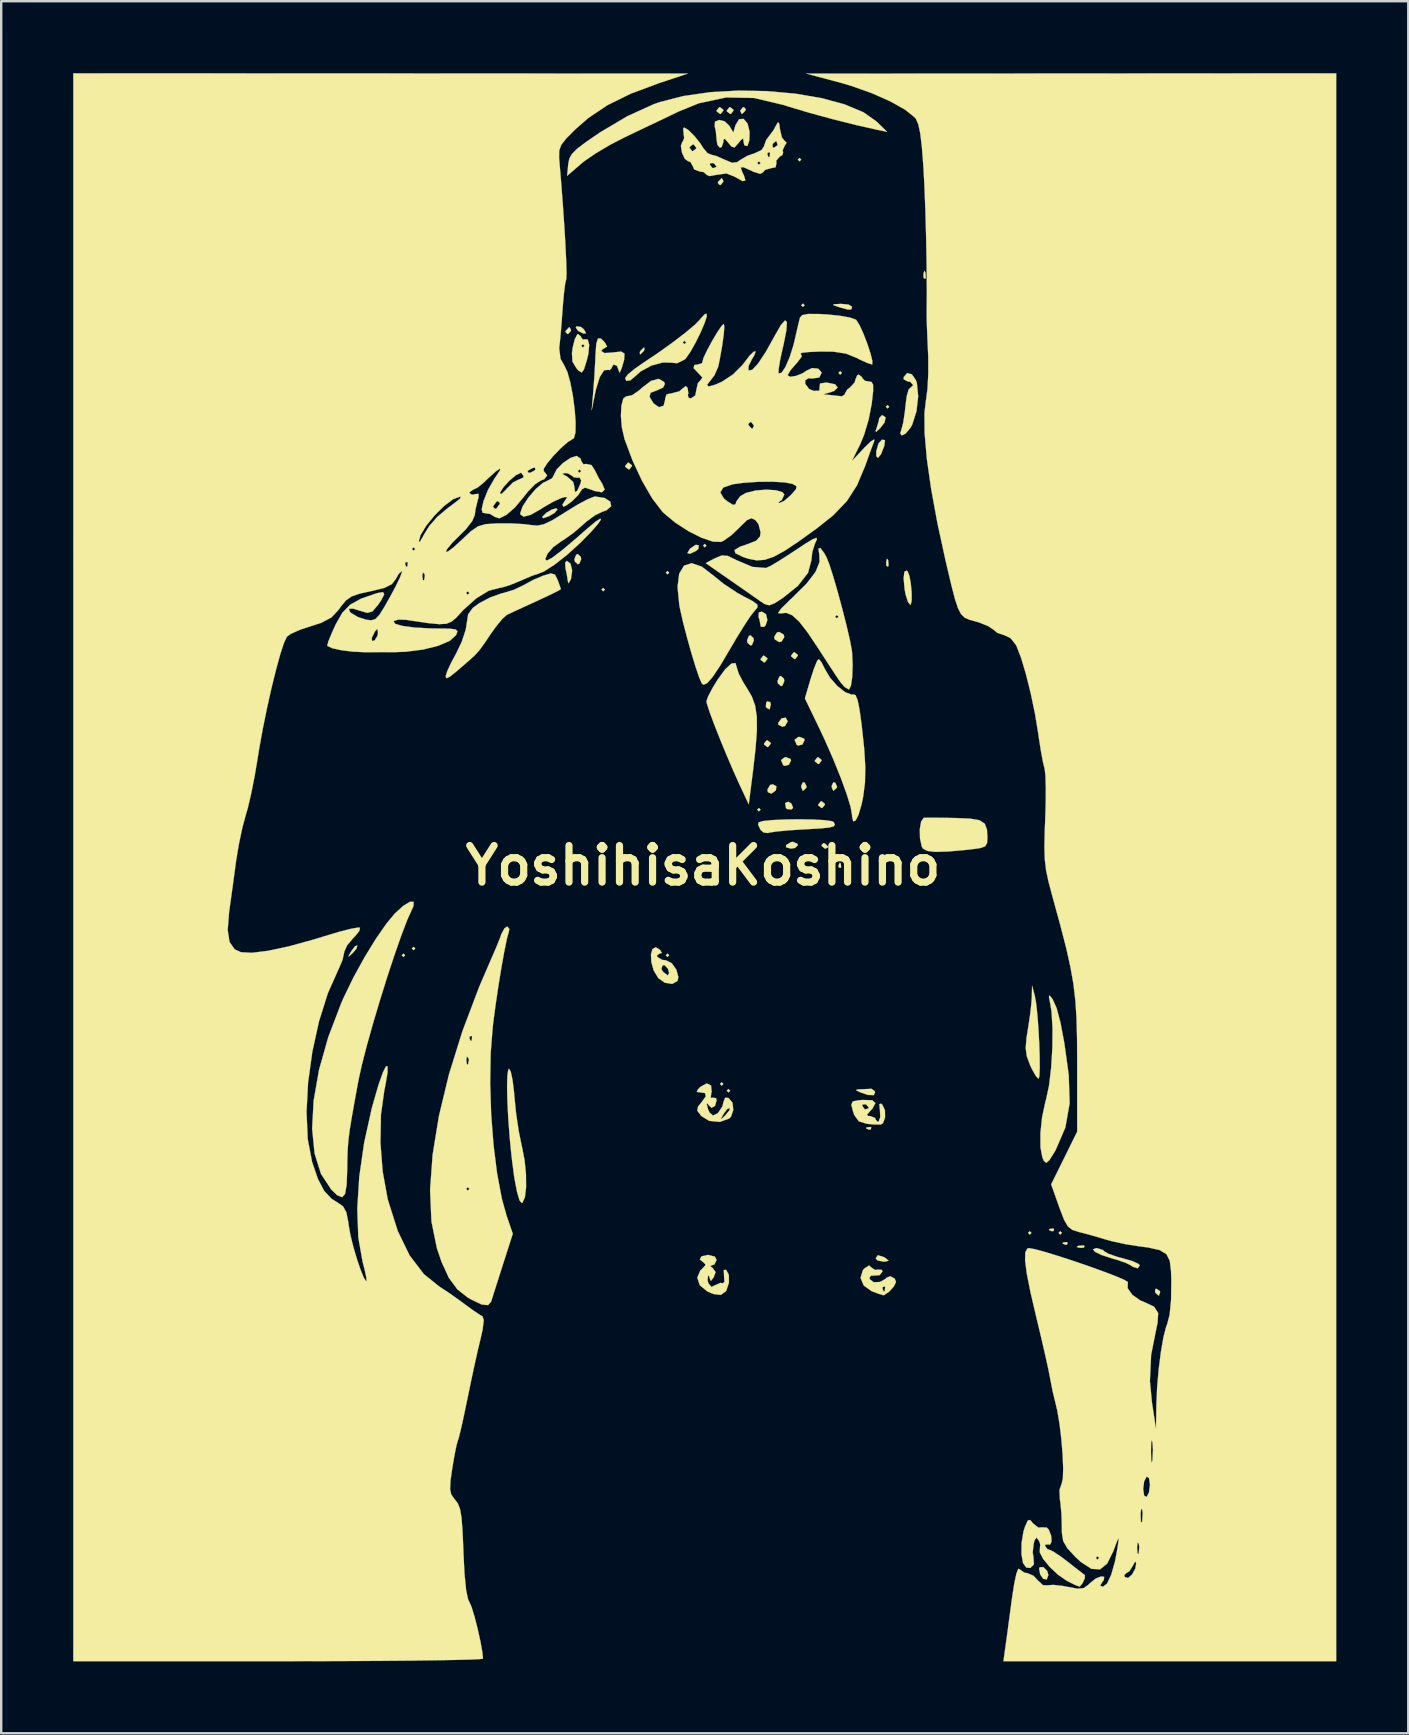
<source format=kicad_pcb>
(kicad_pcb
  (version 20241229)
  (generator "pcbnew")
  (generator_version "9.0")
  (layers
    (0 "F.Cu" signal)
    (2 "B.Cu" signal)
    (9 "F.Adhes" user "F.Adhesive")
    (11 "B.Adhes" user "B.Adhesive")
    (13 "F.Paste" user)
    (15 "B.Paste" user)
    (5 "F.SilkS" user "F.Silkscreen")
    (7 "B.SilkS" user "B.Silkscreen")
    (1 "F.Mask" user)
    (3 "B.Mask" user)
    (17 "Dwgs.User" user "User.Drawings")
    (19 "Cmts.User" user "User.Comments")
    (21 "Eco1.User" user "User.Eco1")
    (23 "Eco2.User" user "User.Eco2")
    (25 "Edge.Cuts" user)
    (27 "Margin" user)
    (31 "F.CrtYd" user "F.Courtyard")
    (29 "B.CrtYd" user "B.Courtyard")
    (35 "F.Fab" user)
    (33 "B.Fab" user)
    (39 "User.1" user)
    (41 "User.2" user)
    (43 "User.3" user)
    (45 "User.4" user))
  (footprint "YoshihisaKoshino"
    (layer "F.Cu")
    (at 26.252 33.025)
    (property "Reference" "YoshihisaKoshino" (at 0 0 0) (layer "F.SilkS") (effects (font (size 1.524 1.524) (thickness 0.3))))
    (attr through_hole)
    (fp_poly (pts (xy -12.418 3.739) (xy -12.488 3.81) (xy -12.559 3.739) (xy -12.488 3.669) (xy -12.418 3.739)) (stroke (width 0.01) (type solid)) (fill yes) (layer "F.SilkS"))
    (fp_poly (pts (xy -11.994 3.457) (xy -12.065 3.528) (xy -12.136 3.457) (xy -12.065 3.387) (xy -11.994 3.457)) (stroke (width 0.01) (type solid)) (fill yes) (layer "F.SilkS"))
    (fp_poly (pts (xy -4.092 -11.501) (xy -4.163 -11.43) (xy -4.233 -11.501) (xy -4.163 -11.571) (xy -4.092 -11.501)) (stroke (width 0.01) (type solid)) (fill yes) (layer "F.SilkS"))
    (fp_poly (pts (xy -1.411 -12.206) (xy -1.482 -12.136) (xy -1.552 -12.206) (xy -1.482 -12.277) (xy -1.411 -12.206)) (stroke (width 0.01) (type solid)) (fill yes) (layer "F.SilkS"))
    (fp_poly (pts (xy -1.411 3.739) (xy -1.482 3.81) (xy -1.552 3.739) (xy -1.482 3.669) (xy -1.411 3.739)) (stroke (width 0.01) (type solid)) (fill yes) (layer "F.SilkS"))
    (fp_poly (pts (xy 0.141 -13.335) (xy 0.071 -13.264) (xy 0 -13.335) (xy 0.071 -13.406) (xy 0.141 -13.335)) (stroke (width 0.01) (type solid)) (fill yes) (layer "F.SilkS"))
    (fp_poly (pts (xy 0.847 9.102) (xy 0.776 9.172) (xy 0.706 9.102) (xy 0.776 9.031) (xy 0.847 9.102)) (stroke (width 0.01) (type solid)) (fill yes) (layer "F.SilkS"))
    (fp_poly (pts (xy 1.129 9.384) (xy 1.058 9.454) (xy 0.988 9.384) (xy 1.058 9.313) (xy 1.129 9.384)) (stroke (width 0.01) (type solid)) (fill yes) (layer "F.SilkS"))
    (fp_poly (pts (xy 2.399 -2.328) (xy 2.328 -2.258) (xy 2.258 -2.328) (xy 2.328 -2.399) (xy 2.399 -2.328)) (stroke (width 0.01) (type solid)) (fill yes) (layer "F.SilkS"))
    (fp_poly (pts (xy 4.092 -29.422) (xy 4.022 -29.351) (xy 3.951 -29.422) (xy 4.022 -29.492) (xy 4.092 -29.422)) (stroke (width 0.01) (type solid)) (fill yes) (layer "F.SilkS"))
    (fp_poly (pts (xy 4.233 -23.354) (xy 4.163 -23.283) (xy 4.092 -23.354) (xy 4.163 -23.424) (xy 4.233 -23.354)) (stroke (width 0.01) (type solid)) (fill yes) (layer "F.SilkS"))
    (fp_poly (pts (xy 5.786 -20.532) (xy 5.715 -20.461) (xy 5.644 -20.532) (xy 5.715 -20.602) (xy 5.786 -20.532)) (stroke (width 0.01) (type solid)) (fill yes) (layer "F.SilkS"))
    (fp_poly (pts (xy 7.761 -19.121) (xy 7.691 -19.05) (xy 7.62 -19.121) (xy 7.691 -19.191) (xy 7.761 -19.121)) (stroke (width 0.01) (type solid)) (fill yes) (layer "F.SilkS"))
    (fp_poly (pts (xy 13.688 15.311) (xy 13.617 15.381) (xy 13.547 15.311) (xy 13.617 15.24) (xy 13.688 15.311)) (stroke (width 0.01) (type solid)) (fill yes) (layer "F.SilkS"))
    (fp_poly (pts (xy 14.958 15.311) (xy 14.887 15.381) (xy 14.817 15.311) (xy 14.887 15.24) (xy 14.958 15.311)) (stroke (width 0.01) (type solid)) (fill yes) (layer "F.SilkS"))
    (fp_poly (pts (xy 5.739 -0.094) (xy 5.755 0.073) (xy 5.739 0.094) (xy 5.655 0.075) (xy 5.644 0) (xy 5.696 -0.116) (xy 5.739 -0.094)) (stroke (width 0.01) (type solid)) (fill yes) (layer "F.SilkS"))
    (fp_poly (pts (xy 7.009 10.913) (xy 6.989 10.996) (xy 6.914 11.007) (xy 6.798 10.955) (xy 6.82 10.913) (xy 6.988 10.896) (xy 7.009 10.913)) (stroke (width 0.01) (type solid)) (fill yes) (layer "F.SilkS"))
    (fp_poly (pts (xy 7.716 -12.726) (xy 7.733 -12.506) (xy 7.705 -12.456) (xy 7.641 -12.498) (xy 7.631 -12.641) (xy 7.666 -12.792) (xy 7.716 -12.726)) (stroke (width 0.01) (type solid)) (fill yes) (layer "F.SilkS"))
    (fp_poly (pts (xy 9.269 -24.721) (xy 9.285 -24.5) (xy 9.257 -24.45) (xy 9.193 -24.493) (xy 9.183 -24.636) (xy 9.218 -24.786) (xy 9.269 -24.721)) (stroke (width 0.01) (type solid)) (fill yes) (layer "F.SilkS"))
    (fp_poly (pts (xy 14.629 15.146) (xy 14.609 15.23) (xy 14.534 15.24) (xy 14.418 15.188) (xy 14.44 15.146) (xy 14.608 15.129) (xy 14.629 15.146)) (stroke (width 0.01) (type solid)) (fill yes) (layer "F.SilkS"))
    (fp_poly (pts (xy 15.193 15.71) (xy 15.174 15.794) (xy 15.099 15.804) (xy 14.983 15.753) (xy 15.005 15.71) (xy 15.172 15.693) (xy 15.193 15.71)) (stroke (width 0.01) (type solid)) (fill yes) (layer "F.SilkS"))
    (fp_poly (pts (xy 15.907 15.86) (xy 15.865 15.924) (xy 15.722 15.934) (xy 15.572 15.9) (xy 15.637 15.849) (xy 15.857 15.832) (xy 15.907 15.86)) (stroke (width 0.01) (type solid)) (fill yes) (layer "F.SilkS"))
    (fp_poly (pts (xy -14.444 3.46) (xy -14.594 3.637) (xy -14.768 3.795) (xy -14.763 3.744) (xy -14.661 3.569) (xy -14.501 3.361) (xy -14.407 3.326) (xy -14.444 3.46)) (stroke (width 0.01) (type solid)) (fill yes) (layer "F.SilkS"))
    (fp_poly (pts (xy -5.089 -22.448) (xy -4.969 -22.351) (xy -4.874 -22.189) (xy -4.983 -22.171) (xy -5.201 -22.28) (xy -5.306 -22.419) (xy -5.271 -22.475) (xy -5.089 -22.448)) (stroke (width 0.01) (type solid)) (fill yes) (layer "F.SilkS"))
    (fp_poly (pts (xy 2.802 -6.812) (xy 2.822 -6.711) (xy 2.776 -6.507) (xy 2.654 -6.568) (xy 2.617 -6.622) (xy 2.634 -6.804) (xy 2.679 -6.842) (xy 2.802 -6.812)) (stroke (width 0.01) (type solid)) (fill yes) (layer "F.SilkS"))
    (fp_poly (pts (xy 3.059 -3.304) (xy 3.034 -3.135) (xy 2.849 -2.996) (xy 2.705 -3.057) (xy 2.681 -3.163) (xy 2.795 -3.358) (xy 2.905 -3.387) (xy 3.059 -3.304)) (stroke (width 0.01) (type solid)) (fill yes) (layer "F.SilkS"))
    (fp_poly (pts (xy 3.528 -6.009) (xy 3.414 -5.815) (xy 3.304 -5.786) (xy 3.14 -5.868) (xy 3.137 -5.953) (xy 3.277 -6.139) (xy 3.446 -6.163) (xy 3.528 -6.009)) (stroke (width 0.01) (type solid)) (fill yes) (layer "F.SilkS"))
    (fp_poly (pts (xy 3.684 -2.582) (xy 3.753 -2.405) (xy 3.691 -2.342) (xy 3.5 -2.354) (xy 3.453 -2.406) (xy 3.42 -2.606) (xy 3.556 -2.66) (xy 3.684 -2.582)) (stroke (width 0.01) (type solid)) (fill yes) (layer "F.SilkS"))
    (fp_poly (pts (xy 4.236 -3.456) (xy 4.317 -3.287) (xy 4.298 -3.236) (xy 4.162 -3.111) (xy 4.095 -3.253) (xy 4.092 -3.324) (xy 4.162 -3.47) (xy 4.236 -3.456)) (stroke (width 0.01) (type solid)) (fill yes) (layer "F.SilkS"))
    (fp_poly (pts (xy 5.506 -3.456) (xy 5.587 -3.287) (xy 5.568 -3.236) (xy 5.432 -3.111) (xy 5.365 -3.253) (xy 5.362 -3.324) (xy 5.432 -3.47) (xy 5.506 -3.456)) (stroke (width 0.01) (type solid)) (fill yes) (layer "F.SilkS"))
    (fp_poly (pts (xy -5.505 -22.327) (xy -5.503 -22.296) (xy -5.612 -22.16) (xy -5.653 -22.154) (xy -5.737 -22.241) (xy -5.715 -22.296) (xy -5.588 -22.43) (xy -5.566 -22.437) (xy -5.505 -22.327)) (stroke (width 0.01) (type solid)) (fill yes) (layer "F.SilkS"))
    (fp_poly (pts (xy -5.096 -12.868) (xy -5.08 -12.771) (xy -5.156 -12.583) (xy -5.221 -12.559) (xy -5.346 -12.673) (xy -5.362 -12.771) (xy -5.286 -12.958) (xy -5.221 -12.982) (xy -5.096 -12.868)) (stroke (width 0.01) (type solid)) (fill yes) (layer "F.SilkS"))
    (fp_poly (pts (xy -2.967 -16.685) (xy -2.963 -16.651) (xy -3.071 -16.514) (xy -3.104 -16.51) (xy -3.241 -16.617) (xy -3.246 -16.651) (xy -3.138 -16.788) (xy -3.104 -16.792) (xy -2.967 -16.685)) (stroke (width 0.01) (type solid)) (fill yes) (layer "F.SilkS"))
    (fp_poly (pts (xy -2.443 -21.499) (xy -2.469 -21.449) (xy -2.602 -21.314) (xy -2.627 -21.308) (xy -2.637 -21.399) (xy -2.611 -21.449) (xy -2.478 -21.584) (xy -2.453 -21.59) (xy -2.443 -21.499)) (stroke (width 0.01) (type solid)) (fill yes) (layer "F.SilkS"))
    (fp_poly (pts (xy -0.184 -13.354) (xy -0.191 -13.205) (xy -0.286 -13.118) (xy -0.552 -12.993) (xy -0.655 -13.026) (xy -0.549 -13.198) (xy -0.527 -13.221) (xy -0.308 -13.366) (xy -0.184 -13.354)) (stroke (width 0.01) (type solid)) (fill yes) (layer "F.SilkS"))
    (fp_poly (pts (xy 0.843 -31.502) (xy 0.847 -31.468) (xy 0.739 -31.331) (xy 0.706 -31.327) (xy 0.569 -31.434) (xy 0.564 -31.468) (xy 0.672 -31.605) (xy 0.706 -31.609) (xy 0.843 -31.502)) (stroke (width 0.01) (type solid)) (fill yes) (layer "F.SilkS"))
    (fp_poly (pts (xy 0.845 -28.536) (xy 0.847 -28.504) (xy 0.738 -28.369) (xy 0.697 -28.363) (xy 0.613 -28.45) (xy 0.635 -28.504) (xy 0.762 -28.639) (xy 0.784 -28.646) (xy 0.845 -28.536)) (stroke (width 0.01) (type solid)) (fill yes) (layer "F.SilkS"))
    (fp_poly (pts (xy 1.266 -31.502) (xy 1.27 -31.468) (xy 1.163 -31.331) (xy 1.129 -31.327) (xy 0.992 -31.434) (xy 0.988 -31.468) (xy 1.095 -31.605) (xy 1.129 -31.609) (xy 1.266 -31.502)) (stroke (width 0.01) (type solid)) (fill yes) (layer "F.SilkS"))
    (fp_poly (pts (xy 1.786 -31.522) (xy 1.764 -31.468) (xy 1.637 -31.333) (xy 1.614 -31.327) (xy 1.554 -31.436) (xy 1.552 -31.468) (xy 1.661 -31.603) (xy 1.702 -31.609) (xy 1.786 -31.522)) (stroke (width 0.01) (type solid)) (fill yes) (layer "F.SilkS"))
    (fp_poly (pts (xy 2.101 -9.481) (xy 2.117 -9.384) (xy 2.04 -9.196) (xy 1.976 -9.172) (xy 1.85 -9.287) (xy 1.834 -9.384) (xy 1.911 -9.572) (xy 1.976 -9.596) (xy 2.101 -9.481)) (stroke (width 0.01) (type solid)) (fill yes) (layer "F.SilkS"))
    (fp_poly (pts (xy 2.677 -8.642) (xy 2.681 -8.608) (xy 2.574 -8.471) (xy 2.54 -8.467) (xy 2.403 -8.574) (xy 2.399 -8.608) (xy 2.506 -8.745) (xy 2.54 -8.749) (xy 2.677 -8.642)) (stroke (width 0.01) (type solid)) (fill yes) (layer "F.SilkS"))
    (fp_poly (pts (xy 2.818 -5.114) (xy 2.822 -5.08) (xy 2.715 -4.943) (xy 2.681 -4.939) (xy 2.544 -5.046) (xy 2.54 -5.08) (xy 2.647 -5.217) (xy 2.681 -5.221) (xy 2.818 -5.114)) (stroke (width 0.01) (type solid)) (fill yes) (layer "F.SilkS"))
    (fp_poly (pts (xy 3.362 -9.624) (xy 3.387 -9.525) (xy 3.274 -9.338) (xy 3.175 -9.313) (xy 2.988 -9.426) (xy 2.963 -9.525) (xy 3.076 -9.712) (xy 3.175 -9.737) (xy 3.362 -9.624)) (stroke (width 0.01) (type solid)) (fill yes) (layer "F.SilkS"))
    (fp_poly (pts (xy 3.371 -7.788) (xy 3.387 -7.691) (xy 3.31 -7.503) (xy 3.246 -7.479) (xy 3.12 -7.593) (xy 3.104 -7.691) (xy 3.181 -7.878) (xy 3.246 -7.902) (xy 3.371 -7.788)) (stroke (width 0.01) (type solid)) (fill yes) (layer "F.SilkS"))
    (fp_poly (pts (xy 3.645 -4.444) (xy 3.669 -4.383) (xy 3.576 -4.199) (xy 3.395 -4.154) (xy 3.336 -4.19) (xy 3.25 -4.395) (xy 3.401 -4.511) (xy 3.457 -4.516) (xy 3.645 -4.444)) (stroke (width 0.01) (type solid)) (fill yes) (layer "F.SilkS"))
    (fp_poly (pts (xy 3.93 -0.909) (xy 3.951 -0.847) (xy 3.833 -0.733) (xy 3.661 -0.706) (xy 3.465 -0.76) (xy 3.457 -0.847) (xy 3.661 -0.977) (xy 3.748 -0.988) (xy 3.93 -0.909)) (stroke (width 0.01) (type solid)) (fill yes) (layer "F.SilkS"))
    (fp_poly (pts (xy 3.947 -8.783) (xy 3.951 -8.749) (xy 3.844 -8.612) (xy 3.81 -8.608) (xy 3.673 -8.715) (xy 3.669 -8.749) (xy 3.776 -8.886) (xy 3.81 -8.89) (xy 3.947 -8.783)) (stroke (width 0.01) (type solid)) (fill yes) (layer "F.SilkS"))
    (fp_poly (pts (xy 4.21 -5.29) (xy 4.233 -5.229) (xy 4.14 -5.045) (xy 3.959 -5.001) (xy 3.9 -5.037) (xy 3.814 -5.242) (xy 3.965 -5.358) (xy 4.022 -5.362) (xy 4.21 -5.29)) (stroke (width 0.01) (type solid)) (fill yes) (layer "F.SilkS"))
    (fp_poly (pts (xy 4.935 -4.408) (xy 4.939 -4.374) (xy 4.832 -4.237) (xy 4.798 -4.233) (xy 4.661 -4.341) (xy 4.657 -4.374) (xy 4.764 -4.511) (xy 4.798 -4.516) (xy 4.935 -4.408)) (stroke (width 0.01) (type solid)) (fill yes) (layer "F.SilkS"))
    (fp_poly (pts (xy 5.076 -2.574) (xy 5.08 -2.54) (xy 4.973 -2.403) (xy 4.939 -2.399) (xy 4.802 -2.506) (xy 4.798 -2.54) (xy 4.905 -2.677) (xy 4.939 -2.681) (xy 5.076 -2.574)) (stroke (width 0.01) (type solid)) (fill yes) (layer "F.SilkS"))
    (fp_poly (pts (xy 5.08 -0.917) (xy 5.215 -0.79) (xy 5.221 -0.768) (xy 5.112 -0.707) (xy 5.08 -0.706) (xy 4.944 -0.814) (xy 4.939 -0.855) (xy 5.025 -0.939) (xy 5.08 -0.917)) (stroke (width 0.01) (type solid)) (fill yes) (layer "F.SilkS"))
    (fp_poly (pts (xy 7.543 16.322) (xy 7.62 16.369) (xy 7.731 16.472) (xy 7.591 16.506) (xy 7.514 16.508) (xy 7.266 16.456) (xy 7.197 16.369) (xy 7.285 16.238) (xy 7.543 16.322)) (stroke (width 0.01) (type solid)) (fill yes) (layer "F.SilkS"))
    (fp_poly (pts (xy 14.342 29.396) (xy 14.393 29.571) (xy 14.322 29.755) (xy 14.171 29.724) (xy 14.052 29.543) (xy 14.007 29.313) (xy 14.028 29.246) (xy 14.185 29.24) (xy 14.342 29.396)) (stroke (width 0.01) (type solid)) (fill yes) (layer "F.SilkS"))
    (fp_poly (pts (xy 19.044 17.741) (xy 19.05 17.78) (xy 19.002 17.917) (xy 18.988 17.921) (xy 18.867 17.822) (xy 18.838 17.78) (xy 18.85 17.65) (xy 18.901 17.639) (xy 19.044 17.741)) (stroke (width 0.01) (type solid)) (fill yes) (layer "F.SilkS"))
    (fp_poly (pts (xy -6.068 -14.844) (xy -6.182 -14.703) (xy -6.43 -14.556) (xy -6.662 -14.479) (xy -6.705 -14.531) (xy -6.704 -14.533) (xy -6.534 -14.701) (xy -6.303 -14.837) (xy -6.116 -14.887) (xy -6.068 -14.844)) (stroke (width 0.01) (type solid)) (fill yes) (layer "F.SilkS"))
    (fp_poly (pts (xy 7.583 -17.73) (xy 7.557 -17.507) (xy 7.548 -17.479) (xy 7.413 -17.138) (xy 7.291 -16.992) (xy 7.219 -17.064) (xy 7.221 -17.275) (xy 7.313 -17.591) (xy 7.458 -17.751) (xy 7.583 -17.73)) (stroke (width 0.01) (type solid)) (fill yes) (layer "F.SilkS"))
    (fp_poly (pts (xy -5.523 -12.581) (xy -5.456 -12.298) (xy -5.501 -11.961) (xy -5.515 -11.922) (xy -5.604 -11.764) (xy -5.636 -11.853) (xy -5.682 -12.159) (xy -5.733 -12.383) (xy -5.748 -12.625) (xy -5.677 -12.7) (xy -5.523 -12.581)) (stroke (width 0.01) (type solid)) (fill yes) (layer "F.SilkS"))
    (fp_poly (pts (xy 2.626 -10.474) (xy 2.681 -10.235) (xy 2.602 -10.002) (xy 2.54 -9.948) (xy 2.41 -9.953) (xy 2.399 -9.999) (xy 2.352 -10.244) (xy 2.313 -10.36) (xy 2.326 -10.549) (xy 2.454 -10.583) (xy 2.626 -10.474)) (stroke (width 0.01) (type solid)) (fill yes) (layer "F.SilkS"))
    (fp_poly (pts (xy 7.151 9.4) (xy 7.17 9.444) (xy 7.117 9.568) (xy 6.868 9.559) (xy 6.562 9.454) (xy 6.371 9.362) (xy 6.446 9.33) (xy 6.597 9.323) (xy 6.893 9.311) (xy 7.017 9.303) (xy 7.151 9.4)) (stroke (width 0.01) (type solid)) (fill yes) (layer "F.SilkS"))
    (fp_poly (pts (xy 7.611 -18.679) (xy 7.561 -18.461) (xy 7.381 -18.229) (xy 7.21 -18.072) (xy 7.195 -18.125) (xy 7.24 -18.25) (xy 7.323 -18.53) (xy 7.338 -18.638) (xy 7.446 -18.764) (xy 7.479 -18.768) (xy 7.611 -18.679)) (stroke (width 0.01) (type solid)) (fill yes) (layer "F.SilkS"))
    (fp_poly (pts (xy 6.062 -23.382) (xy 6.208 -23.294) (xy 6.209 -23.283) (xy 6.177 -23.179) (xy 6.032 -23.173) (xy 5.703 -23.265) (xy 5.644 -23.283) (xy 5.427 -23.361) (xy 5.453 -23.395) (xy 5.742 -23.41) (xy 5.75 -23.41) (xy 6.062 -23.382)) (stroke (width 0.01) (type solid)) (fill yes) (layer "F.SilkS"))
    (fp_poly (pts (xy 8.524 -12.265) (xy 8.601 -12.075) (xy 8.66 -11.74) (xy 8.695 -11.361) (xy 8.695 -11.038) (xy 8.654 -10.871) (xy 8.64 -10.866) (xy 8.538 -10.991) (xy 8.439 -11.31) (xy 8.402 -11.513) (xy 8.36 -11.971) (xy 8.391 -12.245) (xy 8.489 -12.294) (xy 8.524 -12.265)) (stroke (width 0.01) (type solid)) (fill yes) (layer "F.SilkS"))
    (fp_poly (pts (xy 16.661 16.02) (xy 16.713 16.072) (xy 16.885 16.176) (xy 17.24 16.3) (xy 17.497 16.369) (xy 17.897 16.487) (xy 18.153 16.606) (xy 18.203 16.665) (xy 18.112 16.786) (xy 17.906 16.721) (xy 17.843 16.672) (xy 17.636 16.567) (xy 17.261 16.435) (xy 17.036 16.37) (xy 16.612 16.233) (xy 16.337 16.098) (xy 16.25 15.994) (xy 16.388 15.946) (xy 16.423 15.946) (xy 16.661 16.02)) (stroke (width 0.01) (type solid)) (fill yes) (layer "F.SilkS"))
    (fp_poly (pts (xy 13.828 5.433) (xy 13.884 5.749) (xy 13.935 6.227) (xy 13.978 6.803) (xy 14.011 7.413) (xy 14.03 7.99) (xy 14.032 8.471) (xy 14.015 8.792) (xy 13.982 8.89) (xy 13.871 8.773) (xy 13.705 8.478) (xy 13.631 8.319) (xy 13.494 7.951) (xy 13.447 7.607) (xy 13.483 7.17) (xy 13.533 6.861) (xy 13.619 6.302) (xy 13.681 5.779) (xy 13.701 5.492) (xy 13.713 5.009) (xy 13.828 5.433)) (stroke (width 0.01) (type solid)) (fill yes) (layer "F.SilkS"))
    (fp_poly (pts (xy 4.563 -1.919) (xy 5.04 -1.894) (xy 5.358 -1.852) (xy 5.446 -1.814) (xy 5.493 -1.708) (xy 5.448 -1.636) (xy 5.267 -1.586) (xy 4.905 -1.549) (xy 4.316 -1.514) (xy 4.133 -1.504) (xy 3.548 -1.466) (xy 3.068 -1.42) (xy 2.766 -1.375) (xy 2.704 -1.355) (xy 2.519 -1.38) (xy 2.395 -1.487) (xy 2.293 -1.706) (xy 2.32 -1.803) (xy 2.508 -1.857) (xy 2.899 -1.896) (xy 3.42 -1.92) (xy 3.999 -1.928) (xy 4.563 -1.919)) (stroke (width 0.01) (type solid)) (fill yes) (layer "F.SilkS"))
    (fp_poly (pts (xy 8.701 -20.474) (xy 8.872 -20.228) (xy 8.912 -20.111) (xy 8.966 -19.559) (xy 8.895 -18.933) (xy 8.719 -18.381) (xy 8.64 -18.239) (xy 8.437 -18.002) (xy 8.276 -17.925) (xy 8.22 -18.018) (xy 8.266 -18.168) (xy 8.341 -18.447) (xy 8.408 -18.886) (xy 8.435 -19.156) (xy 8.489 -19.57) (xy 8.567 -19.839) (xy 8.621 -19.897) (xy 8.745 -20.004) (xy 8.749 -20.038) (xy 8.634 -20.161) (xy 8.525 -20.179) (xy 8.362 -20.265) (xy 8.361 -20.355) (xy 8.507 -20.527) (xy 8.701 -20.474)) (stroke (width 0.01) (type solid)) (fill yes) (layer "F.SilkS"))
    (fp_poly (pts (xy 9.844 -1.992) (xy 10.381 -1.984) (xy 10.509 -1.982) (xy 11.133 -1.956) (xy 11.527 -1.887) (xy 11.743 -1.744) (xy 11.834 -1.496) (xy 11.851 -1.184) (xy 11.84 -0.943) (xy 11.759 -0.803) (xy 11.545 -0.726) (xy 11.131 -0.67) (xy 10.986 -0.655) (xy 10.218 -0.586) (xy 9.687 -0.57) (xy 9.351 -0.608) (xy 9.168 -0.705) (xy 9.117 -0.788) (xy 9.041 -1.134) (xy 9.034 -1.518) (xy 9.089 -1.837) (xy 9.197 -1.988) (xy 9.207 -1.99) (xy 9.425 -1.994) (xy 9.844 -1.992)) (stroke (width 0.01) (type solid)) (fill yes) (layer "F.SilkS"))
    (fp_poly (pts (xy -5.085 -22.046) (xy -5.08 -22.005) (xy -4.996 -21.916) (xy -4.954 -21.934) (xy -4.806 -21.925) (xy -4.746 -21.702) (xy -4.781 -21.32) (xy -4.851 -21.034) (xy -4.965 -20.676) (xy -5.055 -20.551) (xy -5.177 -20.62) (xy -5.277 -20.728) (xy -5.442 -20.998) (xy -5.465 -21.355) (xy -5.434 -21.581) (xy -5.415 -21.661) (xy -5.08 -21.661) (xy -5.009 -21.59) (xy -4.939 -21.661) (xy -5.009 -21.731) (xy -5.08 -21.661) (xy -5.415 -21.661) (xy -5.346 -21.937) (xy -5.242 -22.138) (xy -5.209 -22.154) (xy -5.085 -22.046)) (stroke (width 0.01) (type solid)) (fill yes) (layer "F.SilkS"))
    (fp_poly (pts (xy -8.012 8.597) (xy -7.939 8.944) (xy -7.877 9.442) (xy -7.861 9.65) (xy -7.79 10.347) (xy -7.682 11.07) (xy -7.56 11.671) (xy -7.55 11.708) (xy -7.439 12.277) (xy -7.38 12.866) (xy -7.375 13.404) (xy -7.424 13.822) (xy -7.525 14.049) (xy -7.556 14.067) (xy -7.646 13.96) (xy -7.749 13.617) (xy -7.853 13.085) (xy -7.885 12.879) (xy -7.979 12.147) (xy -8.056 11.368) (xy -8.115 10.591) (xy -8.153 9.867) (xy -8.168 9.245) (xy -8.157 8.776) (xy -8.119 8.509) (xy -8.085 8.467) (xy -8.012 8.597)) (stroke (width 0.01) (type solid)) (fill yes) (layer "F.SilkS"))
    (fp_poly (pts (xy 1.411 -8.24) (xy 1.486 -8) (xy 1.679 -7.633) (xy 1.834 -7.386) (xy 2.038 -7.037) (xy 2.171 -6.663) (xy 2.239 -6.215) (xy 2.244 -5.643) (xy 2.19 -4.897) (xy 2.079 -3.927) (xy 2.069 -3.85) (xy 1.905 -2.55) (xy 1.526 -3.361) (xy 1.261 -3.948) (xy 0.981 -4.603) (xy 0.707 -5.267) (xy 0.465 -5.883) (xy 0.275 -6.393) (xy 0.163 -6.738) (xy 0.141 -6.846) (xy 0.213 -7.053) (xy 0.4 -7.408) (xy 0.6 -7.737) (xy 0.923 -8.18) (xy 1.182 -8.419) (xy 1.352 -8.44) (xy 1.411 -8.24)) (stroke (width 0.01) (type solid)) (fill yes) (layer "F.SilkS"))
    (fp_poly (pts (xy 14.555 5.552) (xy 14.571 5.574) (xy 14.735 5.938) (xy 14.9 6.558) (xy 15.059 7.409) (xy 15.206 8.465) (xy 15.242 8.763) (xy 15.279 9.905) (xy 15.102 10.914) (xy 14.699 11.85) (xy 14.647 11.941) (xy 14.432 12.281) (xy 14.301 12.394) (xy 14.203 12.303) (xy 14.144 12.171) (xy 14.063 11.746) (xy 14.061 11.15) (xy 14.132 10.48) (xy 14.271 9.832) (xy 14.299 9.737) (xy 14.421 9.166) (xy 14.509 8.417) (xy 14.559 7.589) (xy 14.565 6.782) (xy 14.524 6.093) (xy 14.476 5.786) (xy 14.416 5.477) (xy 14.438 5.41) (xy 14.555 5.552)) (stroke (width 0.01) (type solid)) (fill yes) (layer "F.SilkS"))
    (fp_poly (pts (xy -1.794 3.512) (xy -1.716 3.644) (xy -1.815 3.669) (xy -1.925 3.75) (xy -1.905 3.81) (xy -1.706 3.928) (xy -1.54 3.951) (xy -1.303 4.071) (xy -1.109 4.347) (xy -1.029 4.656) (xy -1.066 4.81) (xy -1.283 4.932) (xy -1.592 4.884) (xy -1.864 4.692) (xy -2.052 4.382) (xy -2.071 4.32) (xy -1.737 4.32) (xy -1.657 4.438) (xy -1.468 4.578) (xy -1.415 4.477) (xy -1.463 4.301) (xy -1.602 4.15) (xy -1.691 4.161) (xy -1.737 4.32) (xy -2.071 4.32) (xy -2.154 4.035) (xy -2.172 3.713) (xy -2.111 3.481) (xy -1.973 3.403) (xy -1.794 3.512)) (stroke (width 0.01) (type solid)) (fill yes) (layer "F.SilkS"))
    (fp_poly (pts (xy -0.054 -12.458) (xy 0.366 -12.138) (xy 0.862 -11.74) (xy 1.433 -11.362) (xy 1.679 -11.226) (xy 2.078 -11.016) (xy 2.262 -10.877) (xy 2.269 -10.758) (xy 2.14 -10.607) (xy 1.963 -10.379) (xy 1.693 -9.969) (xy 1.371 -9.445) (xy 1.152 -9.072) (xy 0.727 -8.352) (xy 0.406 -7.869) (xy 0.175 -7.603) (xy 0.018 -7.535) (xy -0.054 -7.593) (xy -0.165 -7.851) (xy -0.32 -8.31) (xy -0.498 -8.898) (xy -0.678 -9.54) (xy -0.839 -10.164) (xy -0.959 -10.697) (xy -0.988 -10.849) (xy -1.064 -11.611) (xy -0.994 -12.166) (xy -0.793 -12.501) (xy -0.475 -12.603) (xy -0.054 -12.458)) (stroke (width 0.01) (type solid)) (fill yes) (layer "F.SilkS"))
    (fp_poly (pts (xy 1.855 -30.93) (xy 1.94 -30.582) (xy 1.93 -30.224) (xy 1.854 -30.002) (xy 1.836 -29.987) (xy 1.718 -30.023) (xy 1.693 -30.146) (xy 1.674 -30.304) (xy 1.58 -30.241) (xy 1.482 -30.119) (xy 1.312 -29.929) (xy 1.186 -29.964) (xy 1.058 -30.119) (xy 0.902 -30.296) (xy 0.85 -30.248) (xy 0.847 -30.154) (xy 0.778 -29.95) (xy 0.706 -29.916) (xy 0.598 -30.036) (xy 0.564 -30.257) (xy 0.532 -30.616) (xy 0.484 -30.809) (xy 0.497 -31.004) (xy 0.669 -31.076) (xy 0.902 -31.018) (xy 1.091 -30.839) (xy 1.264 -30.551) (xy 1.35 -30.854) (xy 1.498 -31.105) (xy 1.687 -31.122) (xy 1.855 -30.93)) (stroke (width 0.01) (type solid)) (fill yes) (layer "F.SilkS"))
    (fp_poly (pts (xy 4.746 -13.597) (xy 4.666 -13.423) (xy 4.662 -13.415) (xy 4.552 -13.068) (xy 4.516 -12.728) (xy 4.375 -12.199) (xy 3.952 -11.657) (xy 3.341 -11.166) (xy 2.985 -10.933) (xy 2.763 -10.847) (xy 2.58 -10.892) (xy 2.399 -11.01) (xy 2.116 -11.207) (xy 1.685 -11.509) (xy 1.188 -11.855) (xy 1.078 -11.931) (xy 0.11 -12.606) (xy 0.498 -12.809) (xy 0.778 -12.925) (xy 1.021 -12.909) (xy 1.358 -12.749) (xy 1.396 -12.728) (xy 2.054 -12.449) (xy 2.62 -12.402) (xy 2.801 -12.483) (xy 3.147 -12.686) (xy 3.593 -12.971) (xy 3.717 -13.053) (xy 4.241 -13.4) (xy 4.565 -13.598) (xy 4.723 -13.66) (xy 4.746 -13.597)) (stroke (width 0.01) (type solid)) (fill yes) (layer "F.SilkS"))
    (fp_poly (pts (xy -4.248 -21.96) (xy -4.092 -21.802) (xy -3.998 -21.626) (xy -4.075 -21.59) (xy -4.226 -21.488) (xy -4.233 -21.442) (xy -4.109 -21.36) (xy -3.764 -21.383) (xy -3.739 -21.388) (xy -3.414 -21.423) (xy -3.274 -21.336) (xy -3.29 -21.077) (xy -3.387 -20.743) (xy -3.473 -20.543) (xy -3.513 -20.62) (xy -3.514 -20.637) (xy -3.593 -20.832) (xy -3.729 -20.884) (xy -3.809 -20.756) (xy -3.81 -20.735) (xy -3.893 -20.646) (xy -3.935 -20.663) (xy -4.125 -20.643) (xy -4.306 -20.359) (xy -4.467 -19.832) (xy -4.499 -19.681) (xy -4.641 -18.979) (xy -4.575 -19.756) (xy -4.53 -20.377) (xy -4.493 -21.036) (xy -4.484 -21.273) (xy -4.45 -21.75) (xy -4.377 -21.971) (xy -4.248 -21.96)) (stroke (width 0.01) (type solid)) (fill yes) (layer "F.SilkS"))
    (fp_poly (pts (xy 4.925 -8.492) (xy 5.068 -8.212) (xy 5.075 -8.197) (xy 5.294 -7.825) (xy 5.601 -7.479) (xy 5.925 -7.224) (xy 6.194 -7.125) (xy 6.252 -7.135) (xy 6.353 -7.105) (xy 6.44 -6.903) (xy 6.523 -6.493) (xy 6.609 -5.87) (xy 6.715 -4.887) (xy 6.762 -4.108) (xy 6.749 -3.462) (xy 6.675 -2.878) (xy 6.608 -2.551) (xy 6.482 -2.124) (xy 6.358 -1.878) (xy 6.258 -1.842) (xy 6.21 -2.043) (xy 6.209 -2.108) (xy 6.15 -2.443) (xy 5.987 -2.977) (xy 5.742 -3.653) (xy 5.433 -4.418) (xy 5.083 -5.216) (xy 4.859 -5.694) (xy 4.245 -6.967) (xy 4.486 -7.787) (xy 4.627 -8.219) (xy 4.749 -8.517) (xy 4.816 -8.608) (xy 4.925 -8.492)) (stroke (width 0.01) (type solid)) (fill yes) (layer "F.SilkS"))
    (fp_poly (pts (xy 0.156 -22.89) (xy 0.063 -22.606) (xy -0.104 -22.218) (xy -0.311 -21.797) (xy -0.525 -21.415) (xy -0.714 -21.142) (xy -0.753 -21.099) (xy -1.081 -20.936) (xy -1.272 -20.956) (xy -1.675 -20.969) (xy -2.159 -20.836) (xy -2.598 -20.597) (xy -2.756 -20.456) (xy -3.023 -20.226) (xy -3.2 -20.199) (xy -3.246 -20.322) (xy -3.136 -20.467) (xy -2.849 -20.704) (xy -2.505 -20.944) (xy -1.869 -21.37) (xy -1.267 -21.802) (xy -0.847 -21.802) (xy -0.776 -21.731) (xy -0.706 -21.802) (xy -0.776 -21.872) (xy -0.847 -21.802) (xy -1.267 -21.802) (xy -1.262 -21.805) (xy -0.734 -22.21) (xy -0.335 -22.545) (xy -0.116 -22.772) (xy -0.101 -22.795) (xy 0.066 -22.975) (xy 0.142 -23.001) (xy 0.156 -22.89)) (stroke (width 0.01) (type solid)) (fill yes) (layer "F.SilkS"))
    (fp_poly (pts (xy 7.011 16.749) (xy 7.172 16.856) (xy 7.276 16.84) (xy 7.452 16.851) (xy 7.479 16.918) (xy 7.36 17.07) (xy 7.054 17.094) (xy 7.007 17.087) (xy 6.936 17.169) (xy 6.951 17.246) (xy 7.116 17.367) (xy 7.382 17.354) (xy 7.612 17.22) (xy 7.64 17.183) (xy 7.804 17.115) (xy 7.986 17.212) (xy 8.043 17.355) (xy 7.951 17.546) (xy 7.749 17.766) (xy 7.55 17.9) (xy 7.504 17.906) (xy 7.315 17.848) (xy 7.031 17.741) (xy 6.887 17.639) (xy 7.479 17.639) (xy 7.531 17.755) (xy 7.573 17.733) (xy 7.59 17.565) (xy 7.573 17.545) (xy 7.489 17.564) (xy 7.479 17.639) (xy 6.887 17.639) (xy 6.696 17.503) (xy 6.564 17.183) (xy 6.662 16.862) (xy 6.724 16.793) (xy 6.921 16.667) (xy 7.011 16.749)) (stroke (width 0.01) (type solid)) (fill yes) (layer "F.SilkS"))
    (fp_poly (pts (xy 0.495 16.301) (xy 0.564 16.439) (xy 0.47 16.628) (xy 0.388 16.653) (xy 0.298 16.691) (xy 0.404 16.778) (xy 0.523 16.943) (xy 0.444 17.163) (xy 0.323 17.315) (xy 0.287 17.227) (xy 0.243 17.09) (xy 0.208 17.101) (xy 0.189 17.278) (xy 0.225 17.411) (xy 0.348 17.564) (xy 0.504 17.489) (xy 0.729 17.393) (xy 0.82 17.411) (xy 0.89 17.354) (xy 0.876 17.12) (xy 0.864 16.862) (xy 0.958 16.845) (xy 1.075 17.058) (xy 1.078 17.391) (xy 0.971 17.707) (xy 0.946 17.745) (xy 0.74 17.894) (xy 0.438 17.859) (xy 0.179 17.75) (xy -0.136 17.493) (xy -0.241 17.176) (xy -0.115 16.878) (xy -0.053 16.822) (xy 0.109 16.645) (xy 0.035 16.553) (xy -0.136 16.419) (xy -0.068 16.288) (xy 0.202 16.228) (xy 0.212 16.228) (xy 0.495 16.301)) (stroke (width 0.01) (type solid)) (fill yes) (layer "F.SilkS"))
    (fp_poly (pts (xy 2.675 -32.277) (xy 3.846 -32.171) (xy 4.938 -31.986) (xy 5.902 -31.725) (xy 6.688 -31.394) (xy 7.232 -31.01) (xy 7.67 -30.582) (xy 7.257 -30.666) (xy 6.38 -30.863) (xy 5.384 -31.114) (xy 4.391 -31.385) (xy 3.524 -31.645) (xy 3.345 -31.703) (xy 2.127 -31.991) (xy 0.97 -32.015) (xy -0.172 -31.772) (xy -0.998 -31.437) (xy -1.642 -31.128) (xy -2.398 -30.768) (xy -3.119 -30.425) (xy -3.246 -30.365) (xy -3.865 -30.045) (xy -4.466 -29.69) (xy -4.944 -29.362) (xy -5.055 -29.272) (xy -5.665 -28.747) (xy -5.62 -29.225) (xy -5.577 -29.452) (xy -5.469 -29.654) (xy -5.252 -29.873) (xy -4.884 -30.153) (xy -4.322 -30.537) (xy -4.283 -30.563) (xy -3.164 -31.228) (xy -2.075 -31.724) (xy -1.814 -31.817) (xy -0.82 -32.073) (xy 0.292 -32.233) (xy 1.473 -32.299) (xy 2.675 -32.277)) (stroke (width 0.01) (type solid)) (fill yes) (layer "F.SilkS"))
    (fp_poly (pts (xy 7.05 9.781) (xy 7.183 9.899) (xy 7.062 10.128) (xy 6.975 10.22) (xy 6.828 10.39) (xy 6.891 10.44) (xy 6.975 10.442) (xy 7.169 10.52) (xy 7.197 10.592) (xy 7.278 10.682) (xy 7.319 10.666) (xy 7.386 10.487) (xy 7.372 10.199) (xy 7.347 9.943) (xy 7.421 9.924) (xy 7.473 9.967) (xy 7.582 10.2) (xy 7.586 10.501) (xy 7.497 10.739) (xy 7.408 10.795) (xy 7.177 10.795) (xy 6.83 10.764) (xy 6.493 10.661) (xy 6.304 10.4) (xy 6.254 10.258) (xy 6.191 10.011) (xy 6.632 10.011) (xy 6.735 10.154) (xy 6.773 10.16) (xy 6.911 10.112) (xy 6.914 10.098) (xy 6.816 9.977) (xy 6.773 9.948) (xy 6.643 9.96) (xy 6.632 10.011) (xy 6.191 10.011) (xy 6.179 9.965) (xy 6.238 9.83) (xy 6.493 9.781) (xy 6.656 9.769) (xy 7.05 9.781)) (stroke (width 0.01) (type solid)) (fill yes) (layer "F.SilkS"))
    (fp_poly (pts (xy -12.062 1.512) (xy -12.067 1.687) (xy -12.128 1.821) (xy -12.325 2.255) (xy -12.574 2.908) (xy -12.86 3.724) (xy -13.165 4.648) (xy -13.47 5.625) (xy -13.761 6.6) (xy -14.018 7.519) (xy -14.225 8.325) (xy -14.365 8.965) (xy -14.367 8.976) (xy -14.529 9.86) (xy -14.647 10.526) (xy -14.729 11.032) (xy -14.78 11.438) (xy -14.809 11.801) (xy -14.824 12.181) (xy -14.83 12.637) (xy -14.831 12.671) (xy -14.855 13.308) (xy -14.921 13.686) (xy -15.045 13.824) (xy -15.244 13.743) (xy -15.491 13.509) (xy -15.925 12.849) (xy -16.192 11.992) (xy -16.293 10.965) (xy -16.23 9.797) (xy -16.006 8.516) (xy -15.621 7.151) (xy -15.078 5.73) (xy -14.97 5.484) (xy -14.571 4.663) (xy -14.112 3.829) (xy -13.636 3.053) (xy -13.186 2.405) (xy -12.839 1.99) (xy -12.486 1.672) (xy -12.215 1.51) (xy -12.062 1.512)) (stroke (width 0.01) (type solid)) (fill yes) (layer "F.SilkS"))
    (fp_poly (pts (xy -6.175 -12.13) (xy -6.062 -11.91) (xy -6.059 -11.901) (xy -5.961 -11.631) (xy -5.927 -11.519) (xy -6.045 -11.449) (xy -6.36 -11.292) (xy -6.81 -11.081) (xy -6.95 -11.016) (xy -7.46 -10.782) (xy -7.887 -10.585) (xy -8.151 -10.461) (xy -8.179 -10.448) (xy -8.365 -10.282) (xy -8.633 -9.956) (xy -8.848 -9.654) (xy -9.131 -9.235) (xy -9.329 -8.966) (xy -9.516 -8.761) (xy -9.762 -8.536) (xy -9.887 -8.428) (xy -10.305 -8.069) (xy -10.555 -7.871) (xy -10.68 -7.808) (xy -10.721 -7.853) (xy -10.724 -7.903) (xy -10.658 -8.113) (xy -10.486 -8.477) (xy -10.297 -8.826) (xy -10.054 -9.334) (xy -9.891 -9.833) (xy -9.851 -10.092) (xy -9.791 -10.468) (xy -9.599 -10.736) (xy -9.325 -10.937) (xy -8.869 -11.176) (xy -8.399 -11.344) (xy -8.326 -11.36) (xy -7.873 -11.497) (xy -7.479 -11.688) (xy -7.085 -11.903) (xy -6.659 -12.084) (xy -6.339 -12.177) (xy -6.175 -12.13)) (stroke (width 0.01) (type solid)) (fill yes) (layer "F.SilkS"))
    (fp_poly (pts (xy 5.048 -13.025) (xy 5.145 -12.851) (xy 5.264 -12.55) (xy 5.426 -12.045) (xy 5.611 -11.409) (xy 5.799 -10.714) (xy 5.973 -10.032) (xy 6.112 -9.436) (xy 6.197 -8.996) (xy 6.211 -8.881) (xy 6.234 -8.347) (xy 6.217 -7.863) (xy 6.166 -7.503) (xy 6.087 -7.341) (xy 6.074 -7.338) (xy 5.902 -7.442) (xy 5.717 -7.655) (xy 5.54 -7.918) (xy 5.262 -8.341) (xy 4.932 -8.849) (xy 4.815 -9.031) (xy 4.363 -9.707) (xy 4.01 -10.163) (xy 3.784 -10.372) (xy 5.503 -10.372) (xy 5.574 -10.301) (xy 5.644 -10.372) (xy 5.574 -10.442) (xy 5.503 -10.372) (xy 3.784 -10.372) (xy 3.722 -10.429) (xy 3.469 -10.533) (xy 3.22 -10.508) (xy 3.126 -10.526) (xy 3.254 -10.708) (xy 3.607 -11.058) (xy 3.715 -11.157) (xy 4.319 -11.756) (xy 4.694 -12.247) (xy 4.857 -12.659) (xy 4.844 -12.961) (xy 4.811 -13.215) (xy 4.888 -13.233) (xy 5.048 -13.025)) (stroke (width 0.01) (type solid)) (fill yes) (layer "F.SilkS"))
    (fp_poly (pts (xy 0.332 9.164) (xy 0.358 9.431) (xy 0.343 9.484) (xy 0.318 9.685) (xy 0.408 9.675) (xy 0.543 9.695) (xy 0.564 9.791) (xy 0.495 10.021) (xy 0.35 10.096) (xy 0.235 9.984) (xy 0.167 9.903) (xy 0.154 9.948) (xy 0.215 10.182) (xy 0.274 10.292) (xy 0.415 10.421) (xy 0.609 10.323) (xy 0.624 10.31) (xy 0.811 10.035) (xy 0.847 9.865) (xy 0.921 9.676) (xy 1.058 9.686) (xy 1.225 9.878) (xy 1.261 10.185) (xy 1.162 10.471) (xy 1.094 10.54) (xy 0.699 10.685) (xy 0.257 10.641) (xy 0.116 10.555) (xy 0.74 10.555) (xy 0.786 10.544) (xy 0.928 10.41) (xy 1.097 10.204) (xy 1.115 10.099) (xy 1.004 10.152) (xy 0.861 10.343) (xy 0.74 10.555) (xy 0.116 10.555) (xy -0.073 10.439) (xy -0.241 10.215) (xy -0.21 10.045) (xy -0.092 9.902) (xy 0.112 9.625) (xy 0.085 9.485) (xy -0.101 9.454) (xy -0.263 9.434) (xy -0.211 9.326) (xy -0.114 9.226) (xy 0.148 9.081) (xy 0.332 9.164)) (stroke (width 0.01) (type solid)) (fill yes) (layer "F.SilkS"))
    (fp_poly (pts (xy 13.759 27.425) (xy 13.973 27.592) (xy 14.117 27.583) (xy 14.323 27.591) (xy 14.407 27.675) (xy 14.508 27.931) (xy 14.525 28.175) (xy 14.46 28.305) (xy 14.393 28.293) (xy 14.263 28.304) (xy 14.252 28.355) (xy 14.361 28.498) (xy 14.405 28.504) (xy 14.59 28.587) (xy 14.913 28.8) (xy 15.216 29.029) (xy 15.572 29.31) (xy 15.827 29.508) (xy 15.914 29.573) (xy 15.912 29.699) (xy 15.819 29.905) (xy 15.707 30.044) (xy 15.684 30.051) (xy 15.51 29.985) (xy 15.203 29.832) (xy 15.151 29.804) (xy 14.79 29.553) (xy 14.445 29.228) (xy 14.173 28.896) (xy 14.032 28.622) (xy 14.038 28.508) (xy 14.052 28.278) (xy 13.997 28.135) (xy 13.894 28.008) (xy 13.818 28.121) (xy 13.778 28.264) (xy 13.739 28.62) (xy 13.771 28.839) (xy 13.792 29.127) (xy 13.64 29.276) (xy 13.472 29.259) (xy 13.337 29.073) (xy 13.271 28.701) (xy 13.275 28.233) (xy 13.353 27.759) (xy 13.416 27.561) (xy 13.533 27.298) (xy 13.632 27.274) (xy 13.759 27.425)) (stroke (width 0.01) (type solid)) (fill yes) (layer "F.SilkS"))
    (fp_poly (pts (xy -8.073 2.643) (xy -8.094 2.751) (xy -8.175 3.051) (xy -8.282 3.569) (xy -8.403 4.244) (xy -8.529 5.014) (xy -8.648 5.818) (xy -8.751 6.595) (xy -8.762 6.686) (xy -8.851 7.806) (xy -8.873 9.05) (xy -8.832 10.348) (xy -8.734 11.632) (xy -8.584 12.833) (xy -8.386 13.882) (xy -8.185 14.605) (xy -7.93 15.346) (xy -8.354 16.669) (xy -8.54 17.253) (xy -8.697 17.744) (xy -8.801 18.075) (xy -8.829 18.168) (xy -8.959 18.32) (xy -9.229 18.294) (xy -9.669 18.084) (xy -9.811 18.001) (xy -10.242 17.661) (xy -10.594 17.184) (xy -10.901 16.514) (xy -11.094 15.946) (xy -11.32 14.833) (xy -11.377 13.525) (xy -11.374 13.476) (xy -9.878 13.476) (xy -9.807 13.547) (xy -9.737 13.476) (xy -9.807 13.406) (xy -9.878 13.476) (xy -11.374 13.476) (xy -11.271 12.05) (xy -11.008 10.436) (xy -10.592 8.71) (xy -10.402 8.102) (xy -9.867 8.102) (xy -9.841 8.285) (xy -9.793 8.287) (xy -9.759 8.098) (xy -9.781 8.017) (xy -9.844 7.963) (xy -9.867 8.102) (xy -10.402 8.102) (xy -10.121 7.197) (xy -9.737 7.197) (xy -9.685 7.313) (xy -9.643 7.291) (xy -9.626 7.123) (xy -9.643 7.103) (xy -9.726 7.122) (xy -9.737 7.197) (xy -10.121 7.197) (xy -10.028 6.9) (xy -9.322 5.034) (xy -8.825 3.881) (xy -8.624 3.419) (xy -8.462 3.017) (xy -8.406 2.857) (xy -8.274 2.611) (xy -8.16 2.54) (xy -8.073 2.643)) (stroke (width 0.01) (type solid)) (fill yes) (layer "F.SilkS"))
    (fp_poly (pts (xy -5.101 -16.961) (xy -5.08 -16.867) (xy -4.986 -16.725) (xy -4.87 -16.74) (xy -4.652 -16.692) (xy -4.518 -16.489) (xy -4.335 -16.127) (xy -4.203 -15.917) (xy -4.1 -15.666) (xy -4.217 -15.556) (xy -4.52 -15.611) (xy -4.617 -15.652) (xy -4.917 -15.751) (xy -5.049 -15.682) (xy -5.055 -15.667) (xy -5.204 -15.441) (xy -5.459 -15.186) (xy -5.715 -14.998) (xy -5.829 -14.958) (xy -5.86 -15.045) (xy -5.769 -15.19) (xy -5.658 -15.35) (xy -5.758 -15.361) (xy -5.907 -15.317) (xy -6.238 -15.169) (xy -6.642 -14.936) (xy -6.737 -14.873) (xy -7.176 -14.621) (xy -7.48 -14.54) (xy -7.616 -14.639) (xy -7.62 -14.679) (xy -7.523 -14.963) (xy -7.284 -15.331) (xy -6.977 -15.69) (xy -6.68 -15.945) (xy -6.551 -16.006) (xy -6.291 -16.141) (xy -6.209 -16.291) (xy -6.191 -16.328) (xy -5.872 -16.328) (xy -5.722 -16.241) (xy -5.68 -16.223) (xy -5.411 -15.987) (xy -5.36 -15.774) (xy -5.338 -15.565) (xy -5.256 -15.613) (xy -5.221 -15.663) (xy -5.099 -15.948) (xy -5.082 -16.06) (xy -5.154 -16.18) (xy -5.211 -16.163) (xy -5.393 -16.181) (xy -5.431 -16.225) (xy -5.633 -16.347) (xy -5.759 -16.36) (xy -5.872 -16.328) (xy -6.191 -16.328) (xy -6.136 -16.439) (xy -5.221 -16.439) (xy -5.151 -16.369) (xy -5.08 -16.439) (xy -5.151 -16.51) (xy -5.221 -16.439) (xy -6.136 -16.439) (xy -6.099 -16.516) (xy -5.836 -16.778) (xy -5.523 -16.992) (xy -5.273 -17.074) (xy -5.101 -16.961)) (stroke (width 0.01) (type solid)) (fill yes) (layer "F.SilkS"))
    (fp_poly (pts (xy 3.176 -30.915) (xy 3.212 -30.656) (xy 3.287 -30.344) (xy 3.402 -30.199) (xy 3.413 -30.198) (xy 3.482 -30.127) (xy 3.405 -30.008) (xy 3.314 -29.804) (xy 3.338 -29.73) (xy 3.309 -29.614) (xy 3.204 -29.554) (xy 3.051 -29.385) (xy 3.058 -29.269) (xy 3.023 -29.104) (xy 2.849 -29.069) (xy 2.591 -28.998) (xy 2.508 -28.904) (xy 2.386 -28.827) (xy 2.097 -28.918) (xy 2.003 -28.964) (xy 1.68 -29.108) (xy 1.569 -29.092) (xy 1.638 -28.894) (xy 1.698 -28.777) (xy 1.768 -28.555) (xy 1.645 -28.527) (xy 1.341 -28.697) (xy 1.319 -28.711) (xy 0.977 -28.845) (xy 0.583 -28.792) (xy 0.262 -28.735) (xy 0.141 -28.796) (xy 0.141 -28.797) (xy 0.023 -28.903) (xy -0.141 -28.928) (xy -0.371 -29.016) (xy -0.423 -29.139) (xy -0.467 -29.218) (xy 0.282 -29.218) (xy 0.385 -29.075) (xy 0.423 -29.069) (xy 0.561 -29.117) (xy 0.564 -29.131) (xy 0.466 -29.252) (xy 0.423 -29.281) (xy 2.258 -29.281) (xy 2.328 -29.21) (xy 2.399 -29.281) (xy 2.328 -29.351) (xy 2.258 -29.281) (xy 0.423 -29.281) (xy 0.293 -29.269) (xy 0.282 -29.218) (xy -0.467 -29.218) (xy -0.528 -29.327) (xy -0.619 -29.351) (xy -0.767 -29.464) (xy -0.88 -29.72) (xy -0.911 -29.916) (xy -0.564 -29.916) (xy -0.457 -29.779) (xy -0.423 -29.774) (xy -0.286 -29.882) (xy -0.282 -29.916) (xy -0.39 -30.053) (xy -0.423 -30.057) (xy -0.56 -29.949) (xy -0.564 -29.916) (xy -0.911 -29.916) (xy -0.924 -29.995) (xy -0.863 -30.163) (xy -0.85 -30.169) (xy -0.787 -30.319) (xy -0.808 -30.487) (xy -0.83 -30.709) (xy -0.793 -30.762) (xy -0.616 -30.66) (xy -0.364 -30.412) (xy -0.118 -30.105) (xy -0.006 -29.926) (xy 0.182 -29.696) (xy 0.322 -29.632) (xy 0.56 -29.571) (xy 0.895 -29.422) (xy 0.903 -29.418) (xy 1.215 -29.287) (xy 1.419 -29.313) (xy 1.538 -29.4) (xy 1.848 -29.582) (xy 1.996 -29.633) (xy 2.681 -29.633) (xy 2.733 -29.517) (xy 2.775 -29.539) (xy 2.792 -29.707) (xy 2.775 -29.727) (xy 2.691 -29.708) (xy 2.681 -29.633) (xy 1.996 -29.633) (xy 2.152 -29.688) (xy 2.433 -29.817) (xy 2.54 -29.979) (xy 2.567 -30.057) (xy 2.893 -30.057) (xy 2.904 -29.927) (xy 2.955 -29.916) (xy 3.099 -30.018) (xy 3.104 -30.057) (xy 3.056 -30.194) (xy 3.042 -30.198) (xy 2.922 -30.099) (xy 2.893 -30.057) (xy 2.567 -30.057) (xy 2.632 -30.244) (xy 2.724 -30.364) (xy 2.937 -30.651) (xy 3.035 -30.833) (xy 3.124 -30.988) (xy 3.176 -30.915)) (stroke (width 0.01) (type solid)) (fill yes) (layer "F.SilkS"))
    (fp_poly (pts (xy 4.829 -22.988) (xy 5.161 -22.97) (xy 5.696 -22.916) (xy 6.128 -22.838) (xy 6.372 -22.751) (xy 6.386 -22.739) (xy 6.519 -22.531) (xy 6.68 -22.179) (xy 6.842 -21.76) (xy 6.976 -21.353) (xy 7.055 -21.037) (xy 7.052 -20.887) (xy 7.042 -20.884) (xy 6.853 -20.945) (xy 6.52 -21.096) (xy 6.38 -21.167) (xy 5.943 -21.341) (xy 5.431 -21.418) (xy 4.867 -21.424) (xy 4.415 -21.403) (xy 4.128 -21.374) (xy 4.062 -21.342) (xy 4.07 -21.339) (xy 4.113 -21.214) (xy 3.917 -20.954) (xy 3.886 -20.922) (xy 3.648 -20.65) (xy 3.53 -20.451) (xy 3.528 -20.432) (xy 3.635 -20.371) (xy 3.882 -20.41) (xy 4.157 -20.521) (xy 4.297 -20.618) (xy 4.547 -20.735) (xy 4.802 -20.709) (xy 4.937 -20.559) (xy 4.939 -20.532) (xy 4.844 -20.341) (xy 4.538 -20.298) (xy 4.398 -20.312) (xy 4.26 -20.227) (xy 4.258 -20.082) (xy 4.421 -19.861) (xy 4.622 -19.781) (xy 4.85 -19.795) (xy 4.859 -19.941) (xy 4.875 -20.09) (xy 5.113 -20.129) (xy 5.177 -20.127) (xy 5.507 -20.057) (xy 5.611 -19.925) (xy 5.471 -19.784) (xy 5.335 -19.734) (xy 5.009 -19.643) (xy 5.327 -19.607) (xy 5.642 -19.573) (xy 5.786 -19.558) (xy 5.912 -19.639) (xy 5.914 -19.672) (xy 6.01 -19.841) (xy 6.126 -19.926) (xy 6.319 -20.135) (xy 6.35 -20.256) (xy 6.428 -20.44) (xy 6.491 -20.461) (xy 6.628 -20.354) (xy 6.632 -20.32) (xy 6.749 -20.202) (xy 6.89 -20.179) (xy 7.024 -20.155) (xy 7.087 -20.042) (xy 7.089 -19.78) (xy 7.037 -19.308) (xy 7.026 -19.226) (xy 6.904 -18.597) (xy 6.714 -17.959) (xy 6.554 -17.568) (xy 6.204 -16.863) (xy 6.725 -17.417) (xy 6.986 -17.67) (xy 7.131 -17.762) (xy 7.136 -17.699) (xy 7.03 -17.418) (xy 6.872 -16.983) (xy 6.754 -16.651) (xy 6.418 -15.851) (xy 5.997 -15.195) (xy 5.429 -14.601) (xy 4.76 -14.067) (xy 3.994 -13.515) (xy 3.404 -13.122) (xy 2.943 -12.87) (xy 2.568 -12.742) (xy 2.233 -12.72) (xy 1.893 -12.786) (xy 1.658 -12.864) (xy 1.351 -13.013) (xy 1.311 -13.149) (xy 1.542 -13.29) (xy 1.834 -13.389) (xy 2.21 -13.536) (xy 2.374 -13.717) (xy 2.399 -13.888) (xy 2.311 -14.226) (xy 2.182 -14.398) (xy 2.019 -14.476) (xy 1.834 -14.399) (xy 1.557 -14.133) (xy 1.511 -14.083) (xy 1.173 -13.762) (xy 0.851 -13.536) (xy 0.75 -13.49) (xy 0.414 -13.501) (xy -0.063 -13.662) (xy -0.608 -13.937) (xy -1.152 -14.288) (xy -1.624 -14.68) (xy -1.712 -14.769) (xy -2.118 -15.301) (xy -2.263 -15.552) (xy 0.718 -15.552) (xy 0.869 -15.298) (xy 1.023 -15.174) (xy 1.256 -15.03) (xy 1.354 -15.061) (xy 1.388 -15.174) (xy 1.545 -15.389) (xy 1.785 -15.53) (xy 2.188 -15.631) (xy 2.635 -15.667) (xy 3.039 -15.642) (xy 3.315 -15.56) (xy 3.387 -15.463) (xy 3.28 -15.237) (xy 3.21 -15.192) (xy 3.135 -15.124) (xy 3.186 -15.11) (xy 3.378 -15.197) (xy 3.641 -15.422) (xy 3.665 -15.448) (xy 3.875 -15.688) (xy 3.897 -15.811) (xy 3.741 -15.9) (xy 3.725 -15.907) (xy 3.402 -15.97) (xy 2.893 -15.999) (xy 2.291 -15.993) (xy 1.689 -15.953) (xy 1.235 -15.891) (xy 0.841 -15.755) (xy 0.718 -15.552) (xy -2.263 -15.552) (xy -2.541 -16.032) (xy -2.939 -16.882) (xy -3.272 -17.774) (xy -3.274 -17.78) (xy -3.382 -18.254) (xy -3.395 -18.399) (xy 1.883 -18.399) (xy 1.905 -18.344) (xy 2.032 -18.21) (xy 2.054 -18.203) (xy 2.115 -18.313) (xy 2.117 -18.344) (xy 2.008 -18.48) (xy 1.967 -18.486) (xy 1.883 -18.399) (xy -3.395 -18.399) (xy -3.424 -18.739) (xy -3.403 -19.165) (xy -3.324 -19.464) (xy -3.19 -19.566) (xy -3.164 -19.559) (xy -2.955 -19.605) (xy -2.658 -19.809) (xy -2.545 -19.913) (xy -2.169 -20.2) (xy -1.845 -20.285) (xy -1.626 -20.157) (xy -1.589 -20.078) (xy -1.664 -19.924) (xy -1.895 -19.816) (xy -2.186 -19.706) (xy -2.231 -19.54) (xy -2.068 -19.267) (xy -1.839 -19.104) (xy -1.644 -19.166) (xy -1.579 -19.417) (xy -1.584 -19.449) (xy -1.52 -19.64) (xy -1.301 -19.685) (xy -0.996 -19.762) (xy -0.86 -19.876) (xy -0.722 -19.984) (xy -0.644 -19.912) (xy -0.611 -19.672) (xy -0.635 -19.614) (xy -0.603 -19.494) (xy -0.502 -19.473) (xy -0.323 -19.594) (xy -0.282 -19.814) (xy -0.217 -20.105) (xy -0.106 -20.229) (xy -0.027 -20.336) (xy -0.176 -20.503) (xy -0.396 -20.735) (xy -0.361 -20.862) (xy -0.212 -20.884) (xy -0.04 -20.94) (xy -0.028 -20.99) (xy 0.02 -21.162) (xy 0.171 -21.481) (xy 0.378 -21.864) (xy 0.595 -22.23) (xy 0.775 -22.493) (xy 0.863 -22.576) (xy 0.886 -22.45) (xy 0.86 -22.115) (xy 0.792 -21.637) (xy 0.693 -21.083) (xy 0.631 -20.788) (xy 0.474 -20.432) (xy 0.336 -20.253) (xy 0.167 -20.036) (xy 0.229 -19.966) (xy 0.509 -20.043) (xy 0.798 -20.172) (xy 1.248 -20.47) (xy 1.643 -20.862) (xy 1.705 -20.946) (xy 1.942 -21.255) (xy 2.117 -21.421) (xy 2.193 -21.427) (xy 2.13 -21.257) (xy 2.03 -21.092) (xy 1.894 -20.811) (xy 1.895 -20.636) (xy 1.896 -20.635) (xy 2.048 -20.66) (xy 2.291 -20.921) (xy 2.606 -21.394) (xy 2.974 -22.053) (xy 2.99 -22.084) (xy 3.25 -22.536) (xy 3.418 -22.723) (xy 3.494 -22.649) (xy 3.475 -22.317) (xy 3.359 -21.729) (xy 3.32 -21.566) (xy 3.212 -21.074) (xy 3.151 -20.698) (xy 3.148 -20.513) (xy 3.152 -20.508) (xy 3.275 -20.542) (xy 3.438 -20.789) (xy 3.611 -21.192) (xy 3.768 -21.69) (xy 3.812 -21.872) (xy 3.919 -22.337) (xy 4.006 -22.704) (xy 4.042 -22.843) (xy 4.137 -22.943) (xy 4.382 -22.99) (xy 4.829 -22.988)) (stroke (width 0.01) (type solid)) (fill yes) (layer "F.SilkS"))
    (fp_poly (pts (xy 26.388 33.161) (xy 12.52 33.161) (xy 12.612 32.491) (xy 12.674 32.043) (xy 12.757 31.423) (xy 12.849 30.741) (xy 12.884 30.48) (xy 12.972 29.915) (xy 13.06 29.511) (xy 13.136 29.315) (xy 13.172 29.316) (xy 13.395 29.471) (xy 13.521 29.492) (xy 13.776 29.602) (xy 13.945 29.786) (xy 14.169 29.992) (xy 14.34 29.999) (xy 14.598 29.98) (xy 15.005 30.025) (xy 15.198 30.063) (xy 15.612 30.138) (xy 15.863 30.115) (xy 16.059 29.976) (xy 16.112 29.921) (xy 16.352 29.727) (xy 16.578 29.631) (xy 16.718 29.643) (xy 16.703 29.774) (xy 16.651 29.845) (xy 16.548 30.013) (xy 16.662 30.057) (xy 16.67 30.057) (xy 16.839 29.924) (xy 17.001 29.581) (xy 17.553 29.581) (xy 17.582 29.655) (xy 17.716 29.692) (xy 17.883 29.546) (xy 18.016 29.299) (xy 18.053 29.077) (xy 18.011 29.002) (xy 17.917 29.175) (xy 17.762 29.419) (xy 17.635 29.492) (xy 17.553 29.581) (xy 17.001 29.581) (xy 17.011 29.561) (xy 17.167 29.016) (xy 17.275 28.434) (xy 18.09 28.434) (xy 18.105 28.675) (xy 18.149 28.696) (xy 18.155 28.684) (xy 18.183 28.403) (xy 18.16 28.26) (xy 18.115 28.203) (xy 18.091 28.39) (xy 18.09 28.434) (xy 17.275 28.434) (xy 17.318 28.12) (xy 17.314 28.032) (xy 17.245 28.183) (xy 17.099 28.575) (xy 16.845 29.089) (xy 16.547 29.334) (xy 16.186 29.311) (xy 15.743 29.024) (xy 15.563 28.857) (xy 16.369 28.857) (xy 16.439 28.928) (xy 16.51 28.857) (xy 16.439 28.787) (xy 16.369 28.857) (xy 15.563 28.857) (xy 15.508 28.806) (xy 15.178 28.448) (xy 15.01 28.155) (xy 14.955 27.812) (xy 14.953 27.561) (xy 14.941 27.093) (xy 18.236 27.093) (xy 18.251 27.35) (xy 18.287 27.38) (xy 18.301 27.34) (xy 18.323 26.982) (xy 18.301 26.846) (xy 18.26 26.802) (xy 18.237 26.998) (xy 18.236 27.093) (xy 14.941 27.093) (xy 14.939 27.04) (xy 14.894 26.551) (xy 14.873 26.422) (xy 14.856 26.021) (xy 14.87 25.981) (xy 18.344 25.981) (xy 18.383 26.258) (xy 18.483 26.319) (xy 18.486 26.317) (xy 18.586 26.127) (xy 18.627 25.807) (xy 18.588 25.529) (xy 18.488 25.469) (xy 18.486 25.471) (xy 18.385 25.661) (xy 18.344 25.981) (xy 14.87 25.981) (xy 14.944 25.769) (xy 14.997 25.552) (xy 15.009 25.125) (xy 14.987 24.558) (xy 14.975 24.412) (xy 18.669 24.412) (xy 18.678 24.761) (xy 18.7 24.891) (xy 18.728 24.8) (xy 18.751 24.344) (xy 18.728 24.024) (xy 18.697 23.937) (xy 18.676 24.097) (xy 18.669 24.412) (xy 14.975 24.412) (xy 14.935 23.922) (xy 14.859 23.284) (xy 14.764 22.715) (xy 14.681 22.366) (xy 14.575 21.934) (xy 14.477 21.437) (xy 14.467 21.378) (xy 14.4 21.035) (xy 14.28 20.487) (xy 14.123 19.801) (xy 13.943 19.045) (xy 13.891 18.829) (xy 13.651 17.802) (xy 13.495 17.022) (xy 13.423 16.469) (xy 13.43 16.123) (xy 13.516 15.962) (xy 13.582 15.945) (xy 13.822 15.987) (xy 14.244 16.101) (xy 14.793 16.269) (xy 15.415 16.472) (xy 16.054 16.691) (xy 16.657 16.908) (xy 17.169 17.102) (xy 17.535 17.257) (xy 17.701 17.352) (xy 17.704 17.365) (xy 17.696 17.614) (xy 17.892 17.893) (xy 18.233 18.13) (xy 18.401 18.199) (xy 18.799 18.386) (xy 18.968 18.648) (xy 18.945 19.06) (xy 18.909 19.214) (xy 18.675 20.394) (xy 18.624 21.49) (xy 18.71 22.381) (xy 18.879 23.495) (xy 18.894 22.464) (xy 18.925 21.746) (xy 18.991 20.987) (xy 19.083 20.261) (xy 19.191 19.643) (xy 19.304 19.209) (xy 19.34 19.121) (xy 19.446 18.724) (xy 19.506 18.104) (xy 19.517 17.316) (xy 19.504 16.903) (xy 19.453 16.475) (xy 19.313 16.196) (xy 19.028 16.025) (xy 18.544 15.917) (xy 18.189 15.872) (xy 17.602 15.78) (xy 17.005 15.648) (xy 16.792 15.588) (xy 16.279 15.436) (xy 15.781 15.301) (xy 15.663 15.272) (xy 15.393 15.186) (xy 15.205 15.039) (xy 15.047 14.764) (xy 14.866 14.296) (xy 14.839 14.22) (xy 14.509 13.286) (xy 15.051 12.189) (xy 15.593 11.091) (xy 15.593 8.262) (xy 15.588 7.24) (xy 15.566 6.387) (xy 15.519 5.64) (xy 15.437 4.939) (xy 15.31 4.22) (xy 15.131 3.42) (xy 14.888 2.479) (xy 14.574 1.332) (xy 14.556 1.267) (xy 14.399 0.678) (xy 14.297 0.197) (xy 14.243 -0.263) (xy 14.227 -0.788) (xy 14.242 -1.463) (xy 14.26 -1.908) (xy 14.282 -2.624) (xy 14.285 -3.259) (xy 14.27 -3.749) (xy 14.238 -4.028) (xy 14.233 -4.044) (xy 14.165 -4.325) (xy 14.078 -4.794) (xy 13.99 -5.362) (xy 13.972 -5.488) (xy 13.838 -6.309) (xy 13.661 -7.16) (xy 13.46 -7.968) (xy 13.255 -8.656) (xy 13.064 -9.149) (xy 13.041 -9.194) (xy 12.82 -9.476) (xy 12.576 -9.596) (xy 12.573 -9.596) (xy 12.265 -9.698) (xy 12.133 -9.81) (xy 11.891 -9.976) (xy 11.497 -10.135) (xy 11.346 -10.178) (xy 11.095 -10.246) (xy 10.905 -10.331) (xy 10.757 -10.474) (xy 10.629 -10.717) (xy 10.501 -11.101) (xy 10.354 -11.667) (xy 10.167 -12.456) (xy 10.11 -12.7) (xy 9.77 -14.26) (xy 9.508 -15.685) (xy 9.328 -16.947) (xy 9.234 -18.019) (xy 9.228 -18.873) (xy 9.289 -19.382) (xy 9.354 -19.87) (xy 9.388 -20.518) (xy 9.386 -21.206) (xy 9.378 -21.378) (xy 9.35 -21.992) (xy 9.329 -22.534) (xy 9.32 -22.916) (xy 9.32 -23.001) (xy 9.327 -23.894) (xy 9.319 -24.972) (xy 9.298 -26.138) (xy 9.266 -27.297) (xy 9.225 -28.352) (xy 9.184 -29.108) (xy 9.122 -29.927) (xy 9.054 -30.506) (xy 8.972 -30.891) (xy 8.869 -31.124) (xy 8.83 -31.174) (xy 8.426 -31.5) (xy 7.807 -31.848) (xy 7.036 -32.191) (xy 6.176 -32.497) (xy 5.636 -32.654) (xy 4.304 -33.007) (xy 15.346 -33.013) (xy 26.388 -33.02) (xy 26.388 33.161)) (stroke (width 0.01) (type solid)) (fill yes) (layer "F.SilkS"))
    (fp_poly (pts (xy -13.441 -33.015) (xy -0.635 -33.009) (xy -1.834 -32.611) (xy -3.016 -32.17) (xy -3.978 -31.697) (xy -4.782 -31.157) (xy -5.315 -30.692) (xy -5.694 -30.313) (xy -5.907 -30.044) (xy -5.996 -29.801) (xy -6 -29.503) (xy -5.988 -29.351) (xy -5.909 -28.41) (xy -5.839 -27.476) (xy -5.779 -26.593) (xy -5.732 -25.805) (xy -5.702 -25.156) (xy -5.69 -24.689) (xy -5.699 -24.449) (xy -5.705 -24.429) (xy -5.748 -24.24) (xy -5.798 -23.844) (xy -5.846 -23.314) (xy -5.859 -23.125) (xy -5.903 -22.525) (xy -5.95 -21.992) (xy -5.989 -21.621) (xy -5.997 -21.566) (xy -5.94 -21.117) (xy -5.786 -20.847) (xy -5.651 -20.565) (xy -5.528 -20.116) (xy -5.424 -19.57) (xy -5.349 -18.997) (xy -5.311 -18.467) (xy -5.318 -18.05) (xy -5.38 -17.817) (xy -5.411 -17.793) (xy -5.639 -17.65) (xy -5.934 -17.39) (xy -6.238 -17.075) (xy -6.493 -16.769) (xy -6.64 -16.536) (xy -6.641 -16.445) (xy -6.497 -16.264) (xy -6.618 -16.103) (xy -6.76 -16.049) (xy -6.993 -15.899) (xy -7.293 -15.593) (xy -7.476 -15.362) (xy -7.844 -14.921) (xy -8.199 -14.613) (xy -8.492 -14.472) (xy -8.675 -14.53) (xy -8.678 -14.534) (xy -8.878 -14.655) (xy -9.028 -14.676) (xy -9.19 -14.706) (xy -9.226 -14.849) (xy -9.205 -14.941) (xy -8.749 -14.941) (xy -8.662 -14.865) (xy -8.608 -14.887) (xy -8.472 -15.074) (xy -8.467 -15.116) (xy -8.554 -15.192) (xy -8.608 -15.169) (xy -8.744 -14.983) (xy -8.749 -14.941) (xy -9.205 -14.941) (xy -9.152 -15.179) (xy -9.146 -15.198) (xy -9.022 -15.51) (xy -8.467 -15.51) (xy -8.394 -15.492) (xy -8.216 -15.664) (xy -8.174 -15.715) (xy -7.917 -15.971) (xy -7.691 -16.086) (xy -7.68 -16.087) (xy -7.499 -16.166) (xy -7.479 -16.228) (xy -7.571 -16.365) (xy -7.599 -16.369) (xy -7.801 -16.271) (xy -8.074 -16.038) (xy -8.325 -15.764) (xy -8.462 -15.542) (xy -8.467 -15.51) (xy -9.022 -15.51) (xy -8.962 -15.659) (xy -8.69 -16.135) (xy -8.629 -16.221) (xy -8.477 -16.45) (xy -7.317 -16.45) (xy -7.284 -16.376) (xy -7.205 -16.369) (xy -7.014 -16.471) (xy -6.986 -16.508) (xy -7.009 -16.589) (xy -7.119 -16.564) (xy -7.317 -16.45) (xy -8.477 -16.45) (xy -8.456 -16.482) (xy -8.466 -16.546) (xy -8.647 -16.421) (xy -8.986 -16.112) (xy -9.121 -15.981) (xy -9.388 -15.759) (xy -9.586 -15.663) (xy -9.589 -15.663) (xy -9.731 -15.563) (xy -9.737 -15.527) (xy -9.632 -15.452) (xy -9.509 -15.477) (xy -9.356 -15.496) (xy -9.359 -15.334) (xy -9.392 -15.226) (xy -9.485 -14.841) (xy -9.514 -14.605) (xy -9.62 -14.359) (xy -9.88 -14.023) (xy -10.125 -13.777) (xy -10.451 -13.455) (xy -10.669 -13.192) (xy -10.724 -13.077) (xy -10.635 -13.088) (xy -10.399 -13.264) (xy -10.067 -13.567) (xy -10.054 -13.58) (xy -9.674 -13.936) (xy -9.382 -14.136) (xy -9.069 -14.228) (xy -8.628 -14.26) (xy -8.537 -14.262) (xy -7.978 -14.26) (xy -7.452 -14.229) (xy -7.197 -14.195) (xy -6.915 -14.169) (xy -6.639 -14.223) (xy -6.294 -14.386) (xy -5.806 -14.685) (xy -5.719 -14.742) (xy -5.235 -15.039) (xy -4.818 -15.262) (xy -4.54 -15.375) (xy -4.496 -15.381) (xy -4.096 -15.318) (xy -3.865 -15.165) (xy -3.83 -14.977) (xy -4.021 -14.808) (xy -4.173 -14.756) (xy -4.498 -14.602) (xy -4.878 -14.323) (xy -5 -14.212) (xy -5.394 -13.87) (xy -5.8 -13.581) (xy -5.895 -13.525) (xy -6.242 -13.277) (xy -6.48 -13.002) (xy -6.484 -12.996) (xy -6.577 -12.767) (xy -6.513 -12.71) (xy -6.284 -12.832) (xy -5.88 -13.138) (xy -5.292 -13.634) (xy -4.849 -14.023) (xy -4.475 -14.337) (xy -4.28 -14.461) (xy -4.257 -14.414) (xy -4.397 -14.215) (xy -4.69 -13.884) (xy -5.115 -13.452) (xy -5.664 -12.953) (xy -6.19 -12.54) (xy -6.641 -12.252) (xy -6.96 -12.129) (xy -6.981 -12.127) (xy -7.14 -12.072) (xy -7.463 -11.935) (xy -7.653 -11.851) (xy -8.063 -11.685) (xy -8.393 -11.586) (xy -8.48 -11.574) (xy -8.931 -11.455) (xy -9.455 -11.135) (xy -9.985 -10.66) (xy -10.062 -10.577) (xy -10.29 -10.328) (xy -10.483 -10.165) (xy -10.7 -10.078) (xy -11 -10.061) (xy -11.441 -10.103) (xy -12.083 -10.197) (xy -12.371 -10.241) (xy -12.703 -10.253) (xy -12.894 -10.188) (xy -12.898 -10.182) (xy -12.832 -10.077) (xy -12.529 -9.988) (xy -12.03 -9.921) (xy -11.382 -9.884) (xy -11.037 -9.879) (xy -10.559 -9.873) (xy -10.309 -9.841) (xy -10.237 -9.764) (xy -10.287 -9.622) (xy -10.3 -9.599) (xy -10.56 -9.364) (xy -11.038 -9.16) (xy -11.671 -9.003) (xy -12.393 -8.911) (xy -12.841 -8.895) (xy -13.381 -8.894) (xy -13.853 -8.893) (xy -14.111 -8.893) (xy -14.607 -8.916) (xy -15.082 -8.976) (xy -15.456 -9.059) (xy -15.652 -9.151) (xy -15.663 -9.177) (xy -15.607 -9.366) (xy -15.561 -9.478) (xy -13.812 -9.478) (xy -13.792 -9.355) (xy -13.688 -9.384) (xy -13.565 -9.585) (xy -13.549 -9.71) (xy -13.572 -9.868) (xy -13.669 -9.765) (xy -13.688 -9.737) (xy -13.812 -9.478) (xy -15.561 -9.478) (xy -15.461 -9.721) (xy -15.306 -10.06) (xy -15.035 -10.536) (xy -14.706 -10.874) (xy -14.244 -11.129) (xy -13.582 -11.356) (xy -13.338 -11.398) (xy -13.287 -11.303) (xy -13.425 -11.042) (xy -13.552 -10.858) (xy -13.779 -10.592) (xy -13.989 -10.531) (xy -14.196 -10.589) (xy -14.584 -10.709) (xy -14.764 -10.702) (xy -14.715 -10.573) (xy -14.671 -10.527) (xy -14.383 -10.356) (xy -14.041 -10.247) (xy -13.828 -10.221) (xy -13.661 -10.271) (xy -13.494 -10.443) (xy -13.28 -10.781) (xy -13.033 -11.221) (xy -12.959 -11.359) (xy -9.878 -11.359) (xy -9.807 -11.289) (xy -9.737 -11.359) (xy -9.807 -11.43) (xy -9.878 -11.359) (xy -12.959 -11.359) (xy -12.781 -11.695) (xy -12.61 -12.058) (xy -12.603 -12.077) (xy -11.701 -12.077) (xy -11.675 -11.894) (xy -11.627 -11.892) (xy -11.593 -12.08) (xy -11.616 -12.162) (xy -11.678 -12.215) (xy -11.701 -12.077) (xy -12.603 -12.077) (xy -12.543 -12.256) (xy -12.551 -12.277) (xy -12.68 -12.164) (xy -12.806 -11.945) (xy -12.969 -11.73) (xy -13.271 -11.576) (xy -13.781 -11.449) (xy -14.31 -11.334) (xy -14.648 -11.218) (xy -14.884 -11.051) (xy -15.104 -10.784) (xy -15.203 -10.644) (xy -15.492 -10.34) (xy -15.915 -10.116) (xy -16.339 -9.979) (xy -16.812 -9.823) (xy -17.184 -9.655) (xy -17.343 -9.541) (xy -17.462 -9.295) (xy -17.617 -8.822) (xy -17.795 -8.174) (xy -17.986 -7.402) (xy -18.175 -6.558) (xy -18.351 -5.693) (xy -18.502 -4.858) (xy -18.563 -4.475) (xy -18.686 -3.742) (xy -18.828 -3.022) (xy -18.969 -2.416) (xy -19.055 -2.117) (xy -19.198 -1.591) (xy -19.341 -0.918) (xy -19.457 -0.232) (xy -19.469 -0.141) (xy -19.563 0.559) (xy -19.663 1.288) (xy -19.748 1.899) (xy -19.755 1.952) (xy -19.812 2.68) (xy -19.737 3.183) (xy -19.522 3.491) (xy -19.26 3.611) (xy -18.808 3.637) (xy -18.13 3.553) (xy -17.258 3.366) (xy -16.222 3.081) (xy -15.765 2.94) (xy -15.182 2.765) (xy -14.703 2.642) (xy -14.387 2.584) (xy -14.296 2.59) (xy -14.33 2.732) (xy -14.525 2.97) (xy -14.583 3.026) (xy -14.835 3.326) (xy -14.957 3.6) (xy -14.959 3.627) (xy -15.024 3.925) (xy -15.18 4.293) (xy -15.186 4.304) (xy -15.637 5.319) (xy -16.006 6.491) (xy -16.284 7.754) (xy -16.461 9.039) (xy -16.527 10.279) (xy -16.475 11.407) (xy -16.296 12.347) (xy -16.052 13.062) (xy -15.795 13.555) (xy -15.486 13.885) (xy -15.239 14.041) (xy -15.005 14.205) (xy -14.868 14.451) (xy -14.784 14.867) (xy -14.767 15.008) (xy -14.696 15.405) (xy -14.577 15.887) (xy -14.43 16.388) (xy -14.278 16.838) (xy -14.142 17.172) (xy -14.045 17.32) (xy -14.025 17.318) (xy -14.035 17.169) (xy -14.107 16.832) (xy -14.192 16.503) (xy -14.368 15.503) (xy -14.412 14.309) (xy -14.329 12.974) (xy -14.125 11.553) (xy -13.803 10.098) (xy -13.533 9.158) (xy -13.346 8.627) (xy -13.215 8.367) (xy -13.147 8.371) (xy -13.151 8.633) (xy -13.237 9.144) (xy -13.283 9.362) (xy -13.425 10.382) (xy -13.447 11.548) (xy -13.353 12.75) (xy -13.148 13.88) (xy -13.128 13.958) (xy -12.724 15.232) (xy -12.23 16.25) (xy -11.636 17.028) (xy -11.007 17.535) (xy -10.586 17.813) (xy -10.105 18.154) (xy -9.921 18.29) (xy -9.56 18.554) (xy -9.281 18.74) (xy -9.19 18.789) (xy -9.14 18.95) (xy -9.187 19.339) (xy -9.265 19.685) (xy -9.382 20.176) (xy -9.532 20.847) (xy -9.693 21.602) (xy -9.815 22.195) (xy -9.951 22.85) (xy -10.072 23.404) (xy -10.167 23.798) (xy -10.221 23.973) (xy -10.276 24.161) (xy -10.355 24.548) (xy -10.442 25.054) (xy -10.451 25.11) (xy -10.527 25.647) (xy -10.544 25.986) (xy -10.497 26.205) (xy -10.376 26.383) (xy -10.33 26.436) (xy -10.213 26.598) (xy -10.129 26.821) (xy -10.07 27.155) (xy -10.029 27.655) (xy -9.996 28.37) (xy -9.988 28.603) (xy -9.942 29.525) (xy -9.876 30.19) (xy -9.792 30.588) (xy -9.744 30.683) (xy -9.649 30.897) (xy -9.525 31.302) (xy -9.395 31.81) (xy -9.279 32.335) (xy -9.198 32.788) (xy -9.172 33.055) (xy -9.309 33.074) (xy -9.704 33.092) (xy -10.333 33.108) (xy -11.171 33.123) (xy -12.194 33.136) (xy -13.378 33.146) (xy -14.698 33.154) (xy -16.131 33.159) (xy -17.651 33.161) (xy -17.709 33.161) (xy -26.247 33.161) (xy -26.247 -12.559) (xy -12.418 -12.559) (xy -12.366 -12.443) (xy -12.324 -12.465) (xy -12.307 -12.632) (xy -12.324 -12.653) (xy -12.408 -12.634) (xy -12.418 -12.559) (xy -26.247 -12.559) (xy -26.247 -13.194) (xy -12.136 -13.194) (xy -12.065 -13.123) (xy -11.994 -13.194) (xy -12.065 -13.264) (xy -12.136 -13.194) (xy -26.247 -13.194) (xy -26.247 -13.505) (xy -11.848 -13.505) (xy -11.797 -13.499) (xy -11.679 -13.703) (xy -11.653 -13.758) (xy -11.414 -14.148) (xy -11.086 -14.523) (xy -11.059 -14.548) (xy -10.687 -14.862) (xy -10.329 -15.131) (xy -10.305 -15.148) (xy -10.11 -15.308) (xy -10.11 -15.381) (xy -10.119 -15.381) (xy -10.415 -15.271) (xy -10.792 -14.987) (xy -11.186 -14.596) (xy -11.535 -14.169) (xy -11.776 -13.772) (xy -11.848 -13.505) (xy -26.247 -13.505) (xy -26.247 -33.02) (xy -13.441 -33.015)) (stroke (width 0.01) (type solid)) (fill yes) (layer "F.SilkS")))
  (gr_rect
    (start -3 -3)
    (end 55.644 69.191)
    (stroke (width 0.1) (type default))
    (fill no)
    (layer "Edge.Cuts")))
</source>
